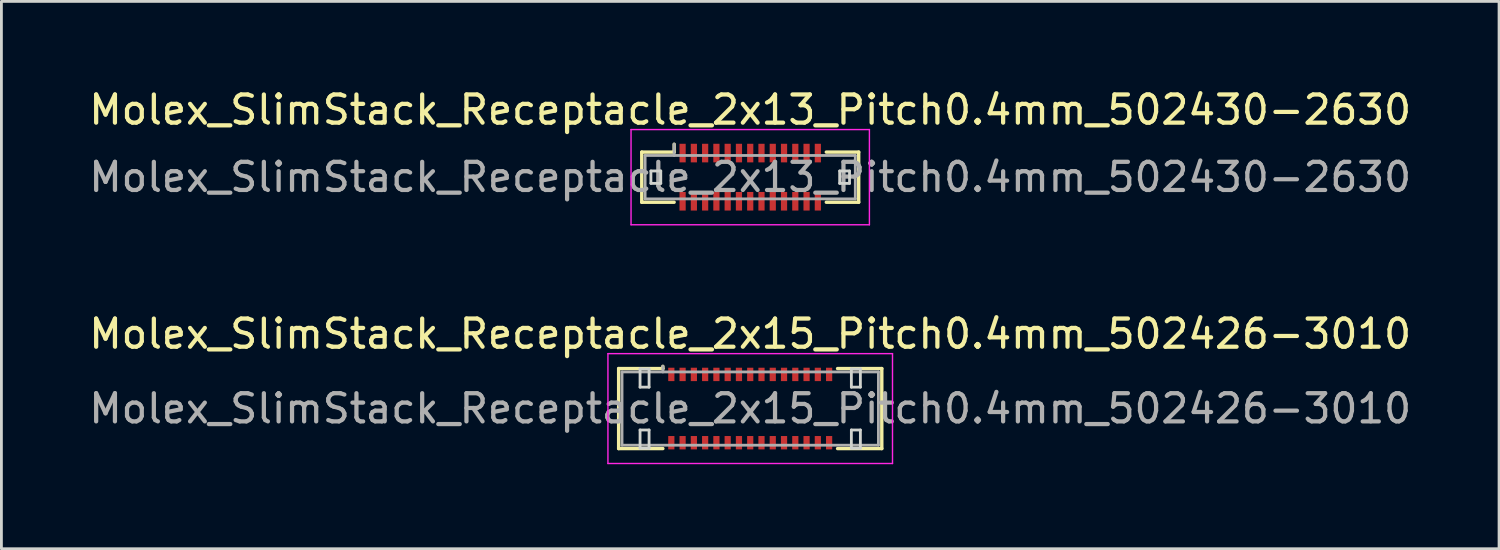
<source format=kicad_pcb>
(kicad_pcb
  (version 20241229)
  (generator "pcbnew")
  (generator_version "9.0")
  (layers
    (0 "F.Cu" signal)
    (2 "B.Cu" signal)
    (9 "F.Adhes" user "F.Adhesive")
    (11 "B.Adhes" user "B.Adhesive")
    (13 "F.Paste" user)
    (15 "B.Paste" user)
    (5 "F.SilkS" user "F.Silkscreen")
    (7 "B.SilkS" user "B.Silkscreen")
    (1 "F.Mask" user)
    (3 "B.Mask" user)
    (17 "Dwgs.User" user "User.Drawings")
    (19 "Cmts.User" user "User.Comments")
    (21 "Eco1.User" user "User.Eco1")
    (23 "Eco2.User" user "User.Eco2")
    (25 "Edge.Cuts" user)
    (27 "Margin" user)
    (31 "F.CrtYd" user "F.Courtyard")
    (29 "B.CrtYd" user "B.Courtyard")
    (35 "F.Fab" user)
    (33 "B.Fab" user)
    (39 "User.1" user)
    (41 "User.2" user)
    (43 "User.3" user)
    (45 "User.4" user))
  (footprint "Molex_SlimStack_Receptacle_2x15_Pitch0.4mm_502426-3010"
    (layer "F.Cu")
    (at 23.577 11.451)
    (property "Reference" "Molex_SlimStack_Receptacle_2x15_Pitch0.4mm_502426-3010" (at 0 -2.65 0) (layer "F.SilkS") (effects (font (size 1 1) (thickness 0.15))))
    (attr smd)
    (fp_line (start -4.67 -1.42) (end -3.1 -1.42) (stroke (width 0.12) (type solid)) (layer "F.SilkS"))
    (fp_line (start -4.67 1.42) (end -4.67 -1.42) (stroke (width 0.12) (type solid)) (layer "F.SilkS"))
    (fp_line (start -3.1 -1.42) (end -3.1 -1.5) (stroke (width 0.12) (type solid)) (layer "F.SilkS"))
    (fp_line (start -3.1 1.42) (end -4.67 1.42) (stroke (width 0.12) (type solid)) (layer "F.SilkS"))
    (fp_line (start 3.1 1.42) (end 4.67 1.42) (stroke (width 0.12) (type solid)) (layer "F.SilkS"))
    (fp_line (start 4.67 -1.42) (end 3.1 -1.42) (stroke (width 0.12) (type solid)) (layer "F.SilkS"))
    (fp_line (start 4.67 1.42) (end 4.67 -1.42) (stroke (width 0.12) (type solid)) (layer "F.SilkS"))
    (fp_line (start -3.91 -1.41) (end -3.91 -0.76) (stroke (width 0.1) (type solid)) (layer "Edge.Cuts"))
    (fp_line (start -3.91 -0.76) (end -3.59 -0.76) (stroke (width 0.1) (type solid)) (layer "Edge.Cuts"))
    (fp_line (start -3.91 0.76) (end -3.91 1.41) (stroke (width 0.1) (type solid)) (layer "Edge.Cuts"))
    (fp_line (start -3.91 1.41) (end -3.59 1.41) (stroke (width 0.1) (type solid)) (layer "Edge.Cuts"))
    (fp_line (start -3.59 -1.41) (end -3.91 -1.41) (stroke (width 0.1) (type solid)) (layer "Edge.Cuts"))
    (fp_line (start -3.59 -0.76) (end -3.59 -1.41) (stroke (width 0.1) (type solid)) (layer "Edge.Cuts"))
    (fp_line (start -3.59 0.76) (end -3.91 0.76) (stroke (width 0.1) (type solid)) (layer "Edge.Cuts"))
    (fp_line (start -3.59 1.41) (end -3.59 0.76) (stroke (width 0.1) (type solid)) (layer "Edge.Cuts"))
    (fp_line (start 3.59 -1.41) (end 3.59 -0.76) (stroke (width 0.1) (type solid)) (layer "Edge.Cuts"))
    (fp_line (start 3.59 -0.76) (end 3.91 -0.76) (stroke (width 0.1) (type solid)) (layer "Edge.Cuts"))
    (fp_line (start 3.59 0.76) (end 3.59 1.41) (stroke (width 0.1) (type solid)) (layer "Edge.Cuts"))
    (fp_line (start 3.59 1.41) (end 3.91 1.41) (stroke (width 0.1) (type solid)) (layer "Edge.Cuts"))
    (fp_line (start 3.91 -1.41) (end 3.59 -1.41) (stroke (width 0.1) (type solid)) (layer "Edge.Cuts"))
    (fp_line (start 3.91 -0.76) (end 3.91 -1.41) (stroke (width 0.1) (type solid)) (layer "Edge.Cuts"))
    (fp_line (start 3.91 0.76) (end 3.59 0.76) (stroke (width 0.1) (type solid)) (layer "Edge.Cuts"))
    (fp_line (start 3.91 1.41) (end 3.91 0.76) (stroke (width 0.1) (type solid)) (layer "Edge.Cuts"))
    (fp_line (start -5.05 -1.95) (end -5.05 1.95) (stroke (width 0.05) (type solid)) (layer "F.CrtYd"))
    (fp_line (start -5.05 1.95) (end 5.05 1.95) (stroke (width 0.05) (type solid)) (layer "F.CrtYd"))
    (fp_line (start 5.05 -1.95) (end -5.05 -1.95) (stroke (width 0.05) (type solid)) (layer "F.CrtYd"))
    (fp_line (start 5.05 1.95) (end 5.05 -1.95) (stroke (width 0.05) (type solid)) (layer "F.CrtYd"))
    (fp_line (start -4.55 -1.3) (end -4.55 1.3) (stroke (width 0.1) (type solid)) (layer "F.Fab"))
    (fp_line (start -4.55 1.3) (end 4.55 1.3) (stroke (width 0.1) (type solid)) (layer "F.Fab"))
    (fp_line (start -3.1 -1.3) (end -3.1 -1.5) (stroke (width 0.1) (type solid)) (layer "F.Fab"))
    (fp_line (start 4.55 -1.3) (end -4.55 -1.3) (stroke (width 0.1) (type solid)) (layer "F.Fab"))
    (fp_line (start 4.55 1.3) (end 4.55 -1.3) (stroke (width 0.1) (type solid)) (layer "F.Fab"))
    (fp_text user "${REFERENCE}" (at 0 0 0) (layer "F.Fab") (effects (font (size 1 1) (thickness 0.15))))
    (pad "1" smd rect (at -2.8 -1.212) (size 0.22 0.475) (layers "F.Cu" "F.Mask" "F.Paste"))
    (pad "2" smd rect (at -2.8 1.212) (size 0.22 0.475) (layers "F.Cu" "F.Mask" "F.Paste"))
    (pad "3" smd rect (at -2.4 -1.212) (size 0.22 0.475) (layers "F.Cu" "F.Mask" "F.Paste"))
    (pad "4" smd rect (at -2.4 1.212) (size 0.22 0.475) (layers "F.Cu" "F.Mask" "F.Paste"))
    (pad "5" smd rect (at -2 -1.212) (size 0.22 0.475) (layers "F.Cu" "F.Mask" "F.Paste"))
    (pad "6" smd rect (at -2 1.212) (size 0.22 0.475) (layers "F.Cu" "F.Mask" "F.Paste"))
    (pad "7" smd rect (at -1.6 -1.212) (size 0.22 0.475) (layers "F.Cu" "F.Mask" "F.Paste"))
    (pad "8" smd rect (at -1.6 1.212) (size 0.22 0.475) (layers "F.Cu" "F.Mask" "F.Paste"))
    (pad "9" smd rect (at -1.2 -1.212) (size 0.22 0.475) (layers "F.Cu" "F.Mask" "F.Paste"))
    (pad "10" smd rect (at -1.2 1.212) (size 0.22 0.475) (layers "F.Cu" "F.Mask" "F.Paste"))
    (pad "11" smd rect (at -0.8 -1.212) (size 0.22 0.475) (layers "F.Cu" "F.Mask" "F.Paste"))
    (pad "12" smd rect (at -0.8 1.212) (size 0.22 0.475) (layers "F.Cu" "F.Mask" "F.Paste"))
    (pad "13" smd rect (at -0.4 -1.212) (size 0.22 0.475) (layers "F.Cu" "F.Mask" "F.Paste"))
    (pad "14" smd rect (at -0.4 1.212) (size 0.22 0.475) (layers "F.Cu" "F.Mask" "F.Paste"))
    (pad "15" smd rect (at 0 -1.212) (size 0.22 0.475) (layers "F.Cu" "F.Mask" "F.Paste"))
    (pad "16" smd rect (at 0 1.212) (size 0.22 0.475) (layers "F.Cu" "F.Mask" "F.Paste"))
    (pad "17" smd rect (at 0.4 -1.212) (size 0.22 0.475) (layers "F.Cu" "F.Mask" "F.Paste"))
    (pad "18" smd rect (at 0.4 1.212) (size 0.22 0.475) (layers "F.Cu" "F.Mask" "F.Paste"))
    (pad "19" smd rect (at 0.8 -1.212) (size 0.22 0.475) (layers "F.Cu" "F.Mask" "F.Paste"))
    (pad "20" smd rect (at 0.8 1.212) (size 0.22 0.475) (layers "F.Cu" "F.Mask" "F.Paste"))
    (pad "21" smd rect (at 1.2 -1.212) (size 0.22 0.475) (layers "F.Cu" "F.Mask" "F.Paste"))
    (pad "22" smd rect (at 1.2 1.212) (size 0.22 0.475) (layers "F.Cu" "F.Mask" "F.Paste"))
    (pad "23" smd rect (at 1.6 -1.212) (size 0.22 0.475) (layers "F.Cu" "F.Mask" "F.Paste"))
    (pad "24" smd rect (at 1.6 1.212) (size 0.22 0.475) (layers "F.Cu" "F.Mask" "F.Paste"))
    (pad "25" smd rect (at 2 -1.212) (size 0.22 0.475) (layers "F.Cu" "F.Mask" "F.Paste"))
    (pad "26" smd rect (at 2 1.212) (size 0.22 0.475) (layers "F.Cu" "F.Mask" "F.Paste"))
    (pad "27" smd rect (at 2.4 -1.212) (size 0.22 0.475) (layers "F.Cu" "F.Mask" "F.Paste"))
    (pad "28" smd rect (at 2.4 1.212) (size 0.22 0.475) (layers "F.Cu" "F.Mask" "F.Paste"))
    (pad "29" smd rect (at 2.8 -1.212) (size 0.22 0.475) (layers "F.Cu" "F.Mask" "F.Paste"))
    (pad "30" smd rect (at 2.8 1.212) (size 0.22 0.475) (layers "F.Cu" "F.Mask" "F.Paste")))
  (footprint "Molex_SlimStack_Receptacle_2x13_Pitch0.4mm_502430-2630"
    (layer "F.Cu")
    (at 23.577 3.238)
    (property "Reference" "Molex_SlimStack_Receptacle_2x13_Pitch0.4mm_502430-2630" (at 0 -2.39 0) (layer "F.SilkS") (effects (font (size 1 1) (thickness 0.15))))
    (attr smd)
    (fp_line (start -3.85 -0.89) (end -2.7 -0.89) (stroke (width 0.12) (type solid)) (layer "F.SilkS"))
    (fp_line (start -3.85 0.89) (end -3.85 -0.89) (stroke (width 0.12) (type solid)) (layer "F.SilkS"))
    (fp_line (start -2.7 -0.89) (end -2.7 -1.17) (stroke (width 0.12) (type solid)) (layer "F.SilkS"))
    (fp_line (start -2.7 0.89) (end -3.85 0.89) (stroke (width 0.12) (type solid)) (layer "F.SilkS"))
    (fp_line (start 2.7 0.89) (end 3.85 0.89) (stroke (width 0.12) (type solid)) (layer "F.SilkS"))
    (fp_line (start 3.85 -0.89) (end 2.7 -0.89) (stroke (width 0.12) (type solid)) (layer "F.SilkS"))
    (fp_line (start 3.85 0.89) (end 3.85 -0.89) (stroke (width 0.12) (type solid)) (layer "F.SilkS"))
    (fp_line (start -3.525 -0.22) (end -3.525 0.22) (stroke (width 0.1) (type solid)) (layer "Edge.Cuts"))
    (fp_line (start -3.525 0.22) (end -3.175 0.22) (stroke (width 0.1) (type solid)) (layer "Edge.Cuts"))
    (fp_line (start -3.175 -0.22) (end -3.525 -0.22) (stroke (width 0.1) (type solid)) (layer "Edge.Cuts"))
    (fp_line (start -3.175 0.22) (end -3.175 -0.22) (stroke (width 0.1) (type solid)) (layer "Edge.Cuts"))
    (fp_line (start 3.175 -0.22) (end 3.175 0.22) (stroke (width 0.1) (type solid)) (layer "Edge.Cuts"))
    (fp_line (start 3.175 0.22) (end 3.525 0.22) (stroke (width 0.1) (type solid)) (layer "Edge.Cuts"))
    (fp_line (start 3.525 -0.22) (end 3.175 -0.22) (stroke (width 0.1) (type solid)) (layer "Edge.Cuts"))
    (fp_line (start 3.525 0.22) (end 3.525 -0.22) (stroke (width 0.1) (type solid)) (layer "Edge.Cuts"))
    (fp_line (start -4.23 -1.69) (end -4.23 1.69) (stroke (width 0.05) (type solid)) (layer "F.CrtYd"))
    (fp_line (start -4.23 1.69) (end 4.23 1.69) (stroke (width 0.05) (type solid)) (layer "F.CrtYd"))
    (fp_line (start 4.23 -1.69) (end -4.23 -1.69) (stroke (width 0.05) (type solid)) (layer "F.CrtYd"))
    (fp_line (start 4.23 1.69) (end 4.23 -1.69) (stroke (width 0.05) (type solid)) (layer "F.CrtYd"))
    (fp_line (start -3.73 -0.77) (end -3.73 0.77) (stroke (width 0.1) (type solid)) (layer "F.Fab"))
    (fp_line (start -3.73 0.77) (end 3.73 0.77) (stroke (width 0.1) (type solid)) (layer "F.Fab"))
    (fp_line (start -2.7 -0.77) (end -2.7 -1.17) (stroke (width 0.1) (type solid)) (layer "F.Fab"))
    (fp_line (start 3.73 -0.77) (end -3.73 -0.77) (stroke (width 0.1) (type solid)) (layer "F.Fab"))
    (fp_line (start 3.73 0.77) (end 3.73 -0.77) (stroke (width 0.1) (type solid)) (layer "F.Fab"))
    (fp_text user "${REFERENCE}" (at 0 0 0) (layer "F.Fab") (effects (font (size 1 1) (thickness 0.15))))
    (pad "1" smd rect (at -2.4 -0.855) (size 0.22 0.66) (layers "F.Cu" "F.Mask" "F.Paste"))
    (pad "2" smd rect (at -2.4 0.855) (size 0.22 0.66) (layers "F.Cu" "F.Mask" "F.Paste"))
    (pad "3" smd rect (at -2 -0.855) (size 0.22 0.66) (layers "F.Cu" "F.Mask" "F.Paste"))
    (pad "4" smd rect (at -2 0.855) (size 0.22 0.66) (layers "F.Cu" "F.Mask" "F.Paste"))
    (pad "5" smd rect (at -1.6 -0.855) (size 0.22 0.66) (layers "F.Cu" "F.Mask" "F.Paste"))
    (pad "6" smd rect (at -1.6 0.855) (size 0.22 0.66) (layers "F.Cu" "F.Mask" "F.Paste"))
    (pad "7" smd rect (at -1.2 -0.855) (size 0.22 0.66) (layers "F.Cu" "F.Mask" "F.Paste"))
    (pad "8" smd rect (at -1.2 0.855) (size 0.22 0.66) (layers "F.Cu" "F.Mask" "F.Paste"))
    (pad "9" smd rect (at -0.8 -0.855) (size 0.22 0.66) (layers "F.Cu" "F.Mask" "F.Paste"))
    (pad "10" smd rect (at -0.8 0.855) (size 0.22 0.66) (layers "F.Cu" "F.Mask" "F.Paste"))
    (pad "11" smd rect (at -0.4 -0.855) (size 0.22 0.66) (layers "F.Cu" "F.Mask" "F.Paste"))
    (pad "12" smd rect (at -0.4 0.855) (size 0.22 0.66) (layers "F.Cu" "F.Mask" "F.Paste"))
    (pad "13" smd rect (at 0 -0.855) (size 0.22 0.66) (layers "F.Cu" "F.Mask" "F.Paste"))
    (pad "14" smd rect (at 0 0.855) (size 0.22 0.66) (layers "F.Cu" "F.Mask" "F.Paste"))
    (pad "15" smd rect (at 0.4 -0.855) (size 0.22 0.66) (layers "F.Cu" "F.Mask" "F.Paste"))
    (pad "16" smd rect (at 0.4 0.855) (size 0.22 0.66) (layers "F.Cu" "F.Mask" "F.Paste"))
    (pad "17" smd rect (at 0.8 -0.855) (size 0.22 0.66) (layers "F.Cu" "F.Mask" "F.Paste"))
    (pad "18" smd rect (at 0.8 0.855) (size 0.22 0.66) (layers "F.Cu" "F.Mask" "F.Paste"))
    (pad "19" smd rect (at 1.2 -0.855) (size 0.22 0.66) (layers "F.Cu" "F.Mask" "F.Paste"))
    (pad "20" smd rect (at 1.2 0.855) (size 0.22 0.66) (layers "F.Cu" "F.Mask" "F.Paste"))
    (pad "21" smd rect (at 1.6 -0.855) (size 0.22 0.66) (layers "F.Cu" "F.Mask" "F.Paste"))
    (pad "22" smd rect (at 1.6 0.855) (size 0.22 0.66) (layers "F.Cu" "F.Mask" "F.Paste"))
    (pad "23" smd rect (at 2 -0.855) (size 0.22 0.66) (layers "F.Cu" "F.Mask" "F.Paste"))
    (pad "24" smd rect (at 2 0.855) (size 0.22 0.66) (layers "F.Cu" "F.Mask" "F.Paste"))
    (pad "25" smd rect (at 2.4 -0.855) (size 0.22 0.66) (layers "F.Cu" "F.Mask" "F.Paste"))
    (pad "26" smd rect (at 2.4 0.855) (size 0.22 0.66) (layers "F.Cu" "F.Mask" "F.Paste")))
  (gr_rect
    (start -3 -3)
    (end 50.155 16.427)
    (stroke (width 0.1) (type default))
    (fill no)
    (layer "Edge.Cuts")))
</source>
